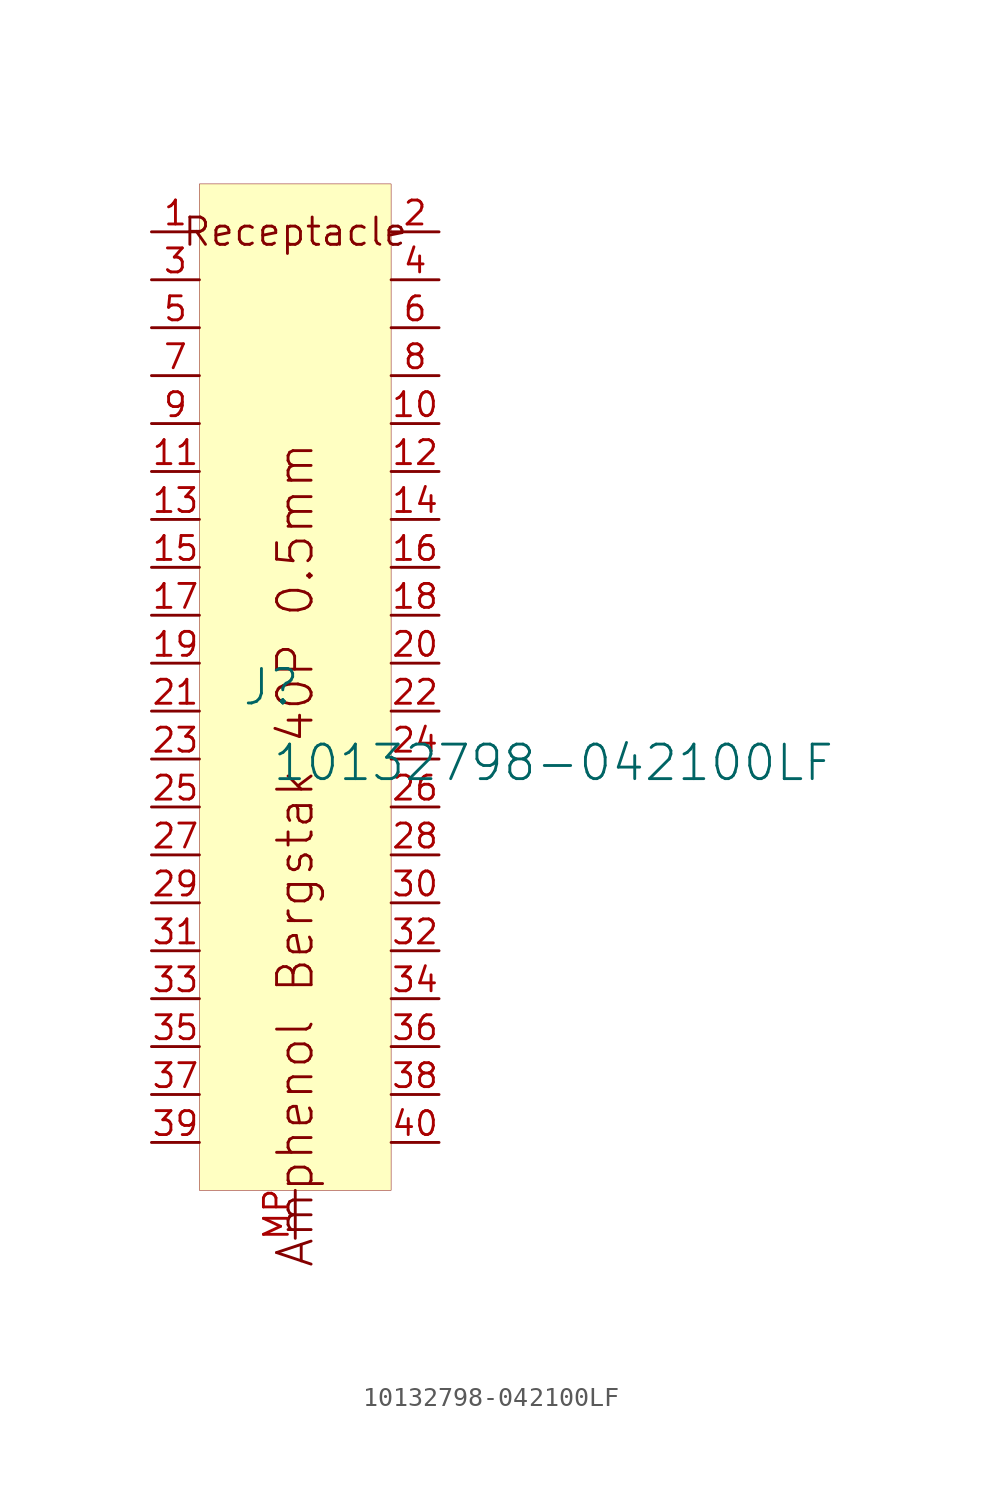
<source format=kicad_sym>
(kicad_symbol_lib
  (version 20231120)
  (generator "kicad_symbol_editor")
  (generator_version "8.0")
  (symbol "10132798-042100LF"
    (property "Reference" "J"
      (at -1.27 1.27 0)
      (effects (font (size 1.829 1.829))))
    (property "Value" "10132798-042100LF"
      (at -1.27 -3.81 0)
      (effects (font (size 1.829 1.829)) (justify left bottom)))
    (symbol "10132798-042100LF_1_0"
      (rectangle (start 5.08 27.94) (end -5.08 -25.4) (stroke (width 0.025) (type solid) (color 128 0 0 1)) (fill (type background)))
      (text "Amphenol Bergstak 40P 0.5mm" (at 0 -7.62 900) (effects (font (size 1.829 1.829))))
      (text "Receptacle" (at 0 25.4 0) (effects (font (size 1.448 1.448))))
      (pin passive line (at -7.62 25.4 0) (length 2.54) (name "" (effects (font (size 1.27 1.27)))) (number "1" (effects (font (size 1.27 1.27)))))
      (pin passive line (at 7.62 15.24 180) (length 2.54) (name "" (effects (font (size 1.27 1.27)))) (number "10" (effects (font (size 1.27 1.27)))))
      (pin passive line (at -7.62 12.7 0) (length 2.54) (name "" (effects (font (size 1.27 1.27)))) (number "11" (effects (font (size 1.27 1.27)))))
      (pin passive line (at 7.62 12.7 180) (length 2.54) (name "" (effects (font (size 1.27 1.27)))) (number "12" (effects (font (size 1.27 1.27)))))
      (pin passive line (at -7.62 10.16 0) (length 2.54) (name "" (effects (font (size 1.27 1.27)))) (number "13" (effects (font (size 1.27 1.27)))))
      (pin passive line (at 7.62 10.16 180) (length 2.54) (name "" (effects (font (size 1.27 1.27)))) (number "14" (effects (font (size 1.27 1.27)))))
      (pin passive line (at -7.62 7.62 0) (length 2.54) (name "" (effects (font (size 1.27 1.27)))) (number "15" (effects (font (size 1.27 1.27)))))
      (pin passive line (at 7.62 7.62 180) (length 2.54) (name "" (effects (font (size 1.27 1.27)))) (number "16" (effects (font (size 1.27 1.27)))))
      (pin passive line (at -7.62 5.08 0) (length 2.54) (name "" (effects (font (size 1.27 1.27)))) (number "17" (effects (font (size 1.27 1.27)))))
      (pin passive line (at 7.62 5.08 180) (length 2.54) (name "" (effects (font (size 1.27 1.27)))) (number "18" (effects (font (size 1.27 1.27)))))
      (pin passive line (at -7.62 2.54 0) (length 2.54) (name "" (effects (font (size 1.27 1.27)))) (number "19" (effects (font (size 1.27 1.27)))))
      (pin passive line (at 7.62 25.4 180) (length 2.54) (name "" (effects (font (size 1.27 1.27)))) (number "2" (effects (font (size 1.27 1.27)))))
      (pin passive line (at 7.62 2.54 180) (length 2.54) (name "" (effects (font (size 1.27 1.27)))) (number "20" (effects (font (size 1.27 1.27)))))
      (pin passive line (at -7.62 0 0) (length 2.54) (name "" (effects (font (size 1.27 1.27)))) (number "21" (effects (font (size 1.27 1.27)))))
      (pin passive line (at 7.62 0 180) (length 2.54) (name "" (effects (font (size 1.27 1.27)))) (number "22" (effects (font (size 1.27 1.27)))))
      (pin passive line (at -7.62 -2.54 0) (length 2.54) (name "" (effects (font (size 1.27 1.27)))) (number "23" (effects (font (size 1.27 1.27)))))
      (pin passive line (at 7.62 -2.54 180) (length 2.54) (name "" (effects (font (size 1.27 1.27)))) (number "24" (effects (font (size 1.27 1.27)))))
      (pin passive line (at -7.62 -5.08 0) (length 2.54) (name "" (effects (font (size 1.27 1.27)))) (number "25" (effects (font (size 1.27 1.27)))))
      (pin passive line (at 7.62 -5.08 180) (length 2.54) (name "" (effects (font (size 1.27 1.27)))) (number "26" (effects (font (size 1.27 1.27)))))
      (pin passive line (at -7.62 -7.62 0) (length 2.54) (name "" (effects (font (size 1.27 1.27)))) (number "27" (effects (font (size 1.27 1.27)))))
      (pin passive line (at 7.62 -7.62 180) (length 2.54) (name "" (effects (font (size 1.27 1.27)))) (number "28" (effects (font (size 1.27 1.27)))))
      (pin passive line (at -7.62 -10.16 0) (length 2.54) (name "" (effects (font (size 1.27 1.27)))) (number "29" (effects (font (size 1.27 1.27)))))
      (pin passive line (at -7.62 22.86 0) (length 2.54) (name "" (effects (font (size 1.27 1.27)))) (number "3" (effects (font (size 1.27 1.27)))))
      (pin passive line (at 7.62 -10.16 180) (length 2.54) (name "" (effects (font (size 1.27 1.27)))) (number "30" (effects (font (size 1.27 1.27)))))
      (pin passive line (at -7.62 -12.7 0) (length 2.54) (name "" (effects (font (size 1.27 1.27)))) (number "31" (effects (font (size 1.27 1.27)))))
      (pin passive line (at 7.62 -12.7 180) (length 2.54) (name "" (effects (font (size 1.27 1.27)))) (number "32" (effects (font (size 1.27 1.27)))))
      (pin passive line (at -7.62 -15.24 0) (length 2.54) (name "" (effects (font (size 1.27 1.27)))) (number "33" (effects (font (size 1.27 1.27)))))
      (pin passive line (at 7.62 -15.24 180) (length 2.54) (name "" (effects (font (size 1.27 1.27)))) (number "34" (effects (font (size 1.27 1.27)))))
      (pin passive line (at -7.62 -17.78 0) (length 2.54) (name "" (effects (font (size 1.27 1.27)))) (number "35" (effects (font (size 1.27 1.27)))))
      (pin passive line (at 7.62 -17.78 180) (length 2.54) (name "" (effects (font (size 1.27 1.27)))) (number "36" (effects (font (size 1.27 1.27)))))
      (pin passive line (at -7.62 -20.32 0) (length 2.54) (name "" (effects (font (size 1.27 1.27)))) (number "37" (effects (font (size 1.27 1.27)))))
      (pin passive line (at 7.62 -20.32 180) (length 2.54) (name "" (effects (font (size 1.27 1.27)))) (number "38" (effects (font (size 1.27 1.27)))))
      (pin passive line (at -7.62 -22.86 0) (length 2.54) (name "" (effects (font (size 1.27 1.27)))) (number "39" (effects (font (size 1.27 1.27)))))
      (pin passive line (at 7.62 22.86 180) (length 2.54) (name "" (effects (font (size 1.27 1.27)))) (number "4" (effects (font (size 1.27 1.27)))))
      (pin passive line (at 7.62 -22.86 180) (length 2.54) (name "" (effects (font (size 1.27 1.27)))) (number "40" (effects (font (size 1.27 1.27)))))
      (pin passive line (at -7.62 20.32 0) (length 2.54) (name "" (effects (font (size 1.27 1.27)))) (number "5" (effects (font (size 1.27 1.27)))))
      (pin passive line (at 7.62 20.32 180) (length 2.54) (name "" (effects (font (size 1.27 1.27)))) (number "6" (effects (font (size 1.27 1.27)))))
      (pin passive line (at -7.62 17.78 0) (length 2.54) (name "" (effects (font (size 1.27 1.27)))) (number "7" (effects (font (size 1.27 1.27)))))
      (pin passive line (at 7.62 17.78 180) (length 2.54) (name "" (effects (font (size 1.27 1.27)))) (number "8" (effects (font (size 1.27 1.27)))))
      (pin passive line (at -7.62 15.24 0) (length 2.54) (name "" (effects (font (size 1.27 1.27)))) (number "9" (effects (font (size 1.27 1.27)))))
      (pin passive line (at 0 -27.94 90) (length 2.54) (name "" (effects (font (size 1.27 1.27)))) (number "MP" (effects (font (size 1.27 1.27))))))))
</source>
